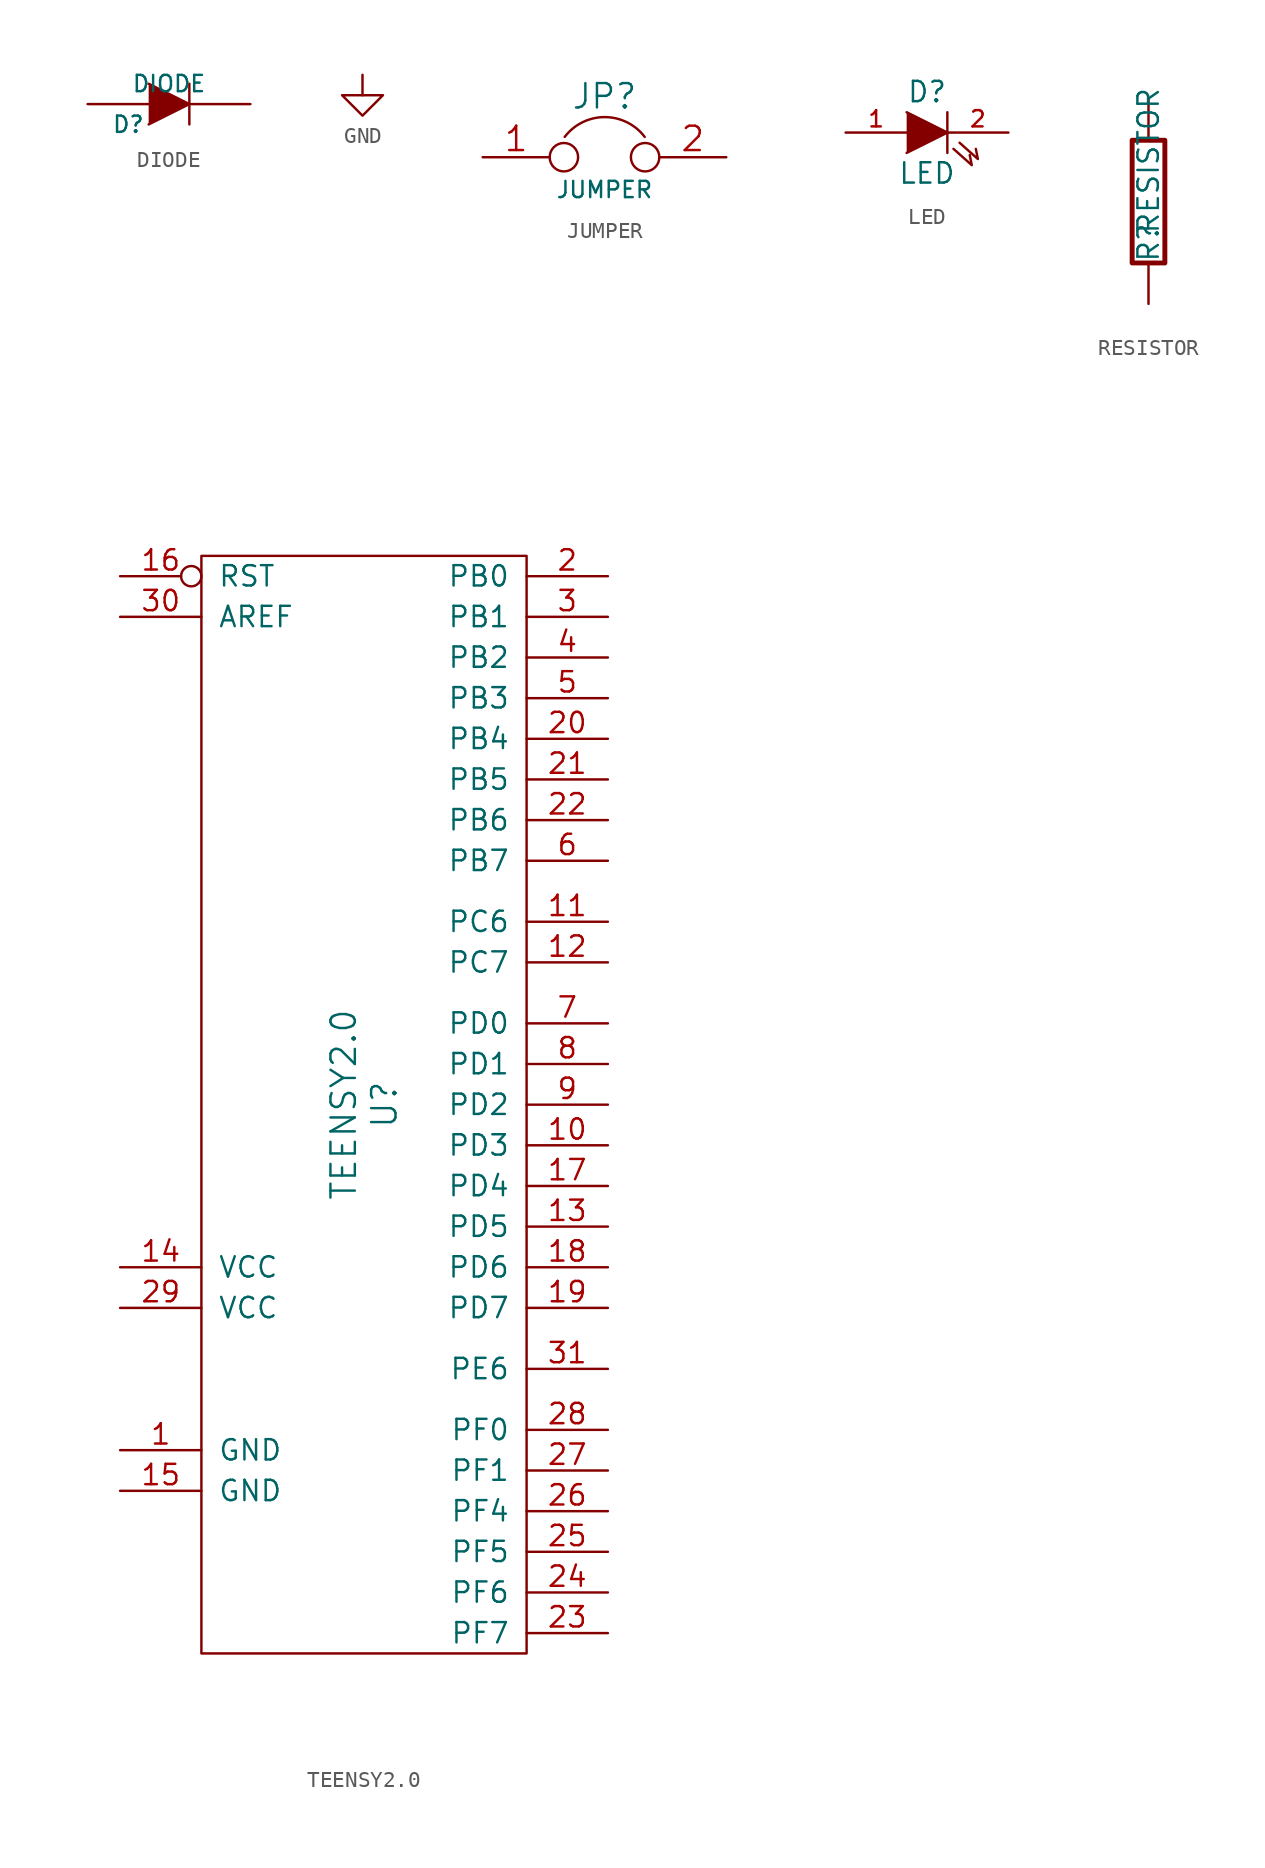
<source format=kicad_sym>
(kicad_symbol_lib
  (version 20211014)
  (generator kicad_symbol_editor)
  (symbol "DIODE"
    (pin_numbers hide)
    (pin_names
      (offset 1.016) hide)
    (property "Reference" "D"
      (at -2.54 -1.27 0)
      (effects (font (size 1.016 1.016))))
    (property "Value" "DIODE"
      (at 0 1.27 0)
      (effects (font (size 1.016 1.016))))
    (symbol "DIODE_0_1"
      (polyline (pts (xy 1.27 1.27) (xy 1.27 -1.27)) (stroke (width 0.152) (type default) (color 0 0 0 0)) (fill (type none)))
      (polyline (pts (xy -1.27 1.27) (xy 1.27 0) (xy -1.27 -1.27)) (stroke (width 0) (type default) (color 0 0 0 0)) (fill (type outline))))
    (symbol "DIODE_1_1"
      (pin passive line (at -5.08 0 0) (length 3.81) (name "A" (effects (font (size 1.016 1.016)))) (number "1" (effects (font (size 1.016 1.016)))))
      (pin passive line (at 5.08 0 180) (length 3.81) (name "K" (effects (font (size 1.016 1.016)))) (number "2" (effects (font (size 1.016 1.016)))))))
  (symbol "GND"
    (power)
    (pin_names
      (offset 0))
    (property "Reference" "#PWR"
      (at 0 0 0)
      (effects (font (size 0.762 0.762)) hide))
    (symbol "GND_0_1"
      (polyline (pts (xy 0 0) (xy 0 1.27) (xy 0 1.27)) (stroke (width 0) (type default) (color 0 0 0 0)) (fill (type none)))
      (polyline (pts (xy -1.27 0) (xy 0 -1.27) (xy 1.27 0) (xy -1.27 0)) (stroke (width 0) (type default) (color 0 0 0 0)) (fill (type none))))
    (symbol "GND_1_1"
      (pin power_in line (at 0 1.27 270) (length 0) hide (name "GND" (effects (font (size 0.762 0.762)))) (number "1" (effects (font (size 0.762 0.762)))))))
  (symbol "JUMPER"
    (pin_names
      (offset 0.762) hide)
    (property "Reference" "JP"
      (at 0 3.81 0)
      (effects (font (size 1.524 1.524))))
    (property "Value" "JUMPER"
      (at 0 -2.032 0)
      (effects (font (size 1.016 1.016))))
    (symbol "JUMPER_0_1"
      (circle (center -2.54 0) (radius 0.889) (stroke (width 0) (type default) (color 0 0 0 0)) (fill (type none)))
      (arc (start 2.5146 1.27) (mid 0.0078 2.5097) (end -2.4892 1.27) (stroke (width 0) (type default) (color 0 0 0 0)) (fill (type none)))
      (circle (center 2.54 0) (radius 0.889) (stroke (width 0) (type default) (color 0 0 0 0)) (fill (type none)))
      (pin passive line (at -7.62 0 0) (length 4.191) (name "1" (effects (font (size 1.524 1.524)))) (number "1" (effects (font (size 1.524 1.524)))))
      (pin passive line (at 7.62 0 180) (length 4.191) (name "2" (effects (font (size 1.524 1.524)))) (number "2" (effects (font (size 1.524 1.524)))))))
  (symbol "LED"
    (pin_names
      (offset 1.016) hide)
    (property "Reference" "D"
      (at 0 2.54 0)
      (effects (font (size 1.27 1.27))))
    (property "Value" "LED"
      (at 0 -2.54 0)
      (effects (font (size 1.27 1.27))))
    (symbol "LED_0_1"
      (polyline (pts (xy 1.27 1.27) (xy 1.27 -1.27)) (stroke (width 0) (type default) (color 0 0 0 0)) (fill (type none)))
      (polyline (pts (xy -1.27 1.27) (xy 1.27 0) (xy -1.27 -1.27)) (stroke (width 0) (type default) (color 0 0 0 0)) (fill (type outline)))
      (polyline (pts (xy 1.651 -1.016) (xy 2.794 -2.032) (xy 2.667 -1.397)) (stroke (width 0) (type default) (color 0 0 0 0)) (fill (type none)))
      (polyline (pts (xy 2.032 -0.635) (xy 3.175 -1.651) (xy 3.048 -1.016)) (stroke (width 0) (type default) (color 0 0 0 0)) (fill (type none))))
    (symbol "LED_1_1"
      (pin passive line (at -5.08 0 0) (length 3.81) (name "A" (effects (font (size 1.016 1.016)))) (number "1" (effects (font (size 1.016 1.016)))))
      (pin passive line (at 5.08 0 180) (length 3.81) (name "K" (effects (font (size 1.016 1.016)))) (number "2" (effects (font (size 1.016 1.016)))))))
  (symbol "RESISTOR"
    (pin_numbers hide)
    (pin_names
      (offset 0))
    (property "Reference" "R"
      (at 0 -2.54 90)
      (effects (font (size 1.27 1.27))))
    (property "Value" "RESISTOR"
      (at 0 2.54 90)
      (effects (font (size 1.27 1.27))))
    (symbol "RESISTOR_0_1"
      (rectangle (start -1.016 3.81) (end 1.016 -3.81) (stroke (width 0.305) (type default) (color 0 0 0 0)) (fill (type none))))
    (symbol "RESISTOR_1_1"
      (pin passive line (at 0 6.35 270) (length 2.54) (name "~" (effects (font (size 1.524 1.524)))) (number "1" (effects (font (size 1.524 1.524)))))
      (pin passive line (at 0 -6.35 90) (length 2.54) (name "~" (effects (font (size 1.524 1.524)))) (number "2" (effects (font (size 1.524 1.524)))))))
  (symbol "TEENSY2.0"
    (pin_names
      (offset 1.016))
    (property "Reference" "U"
      (at 1.27 0 90)
      (effects (font (size 1.524 1.524))))
    (property "Value" "TEENSY2.0"
      (at -1.27 0 90)
      (effects (font (size 1.524 1.524))))
    (symbol "TEENSY2.0_0_1"
      (rectangle (start -10.16 34.29) (end 10.16 -34.29) (stroke (width 0) (type default) (color 0 0 0 0)) (fill (type none))))
    (symbol "TEENSY2.0_1_1"
      (pin power_out line (at -15.24 -21.59 0) (length 5.08) (name "GND" (effects (font (size 1.27 1.27)))) (number "1" (effects (font (size 1.27 1.27)))))
      (pin bidirectional line (at 15.24 -2.54 180) (length 5.08) (name "PD3" (effects (font (size 1.27 1.27)))) (number "10" (effects (font (size 1.27 1.27)))))
      (pin bidirectional line (at 15.24 11.43 180) (length 5.08) (name "PC6" (effects (font (size 1.27 1.27)))) (number "11" (effects (font (size 1.27 1.27)))))
      (pin bidirectional line (at 15.24 8.89 180) (length 5.08) (name "PC7" (effects (font (size 1.27 1.27)))) (number "12" (effects (font (size 1.27 1.27)))))
      (pin bidirectional line (at 15.24 -7.62 180) (length 5.08) (name "PD5" (effects (font (size 1.27 1.27)))) (number "13" (effects (font (size 1.27 1.27)))))
      (pin power_out line (at -15.24 -10.16 0) (length 5.08) (name "VCC" (effects (font (size 1.27 1.27)))) (number "14" (effects (font (size 1.27 1.27)))))
      (pin power_out line (at -15.24 -24.13 0) (length 5.08) (name "GND" (effects (font (size 1.27 1.27)))) (number "15" (effects (font (size 1.27 1.27)))))
      (pin input inverted (at -15.24 33.02 0) (length 5.08) (name "RST" (effects (font (size 1.27 1.27)))) (number "16" (effects (font (size 1.27 1.27)))))
      (pin bidirectional line (at 15.24 -5.08 180) (length 5.08) (name "PD4" (effects (font (size 1.27 1.27)))) (number "17" (effects (font (size 1.27 1.27)))))
      (pin bidirectional line (at 15.24 -10.16 180) (length 5.08) (name "PD6" (effects (font (size 1.27 1.27)))) (number "18" (effects (font (size 1.27 1.27)))))
      (pin bidirectional line (at 15.24 -12.7 180) (length 5.08) (name "PD7" (effects (font (size 1.27 1.27)))) (number "19" (effects (font (size 1.27 1.27)))))
      (pin bidirectional line (at 15.24 33.02 180) (length 5.08) (name "PB0" (effects (font (size 1.27 1.27)))) (number "2" (effects (font (size 1.27 1.27)))))
      (pin bidirectional line (at 15.24 22.86 180) (length 5.08) (name "PB4" (effects (font (size 1.27 1.27)))) (number "20" (effects (font (size 1.27 1.27)))))
      (pin bidirectional line (at 15.24 20.32 180) (length 5.08) (name "PB5" (effects (font (size 1.27 1.27)))) (number "21" (effects (font (size 1.27 1.27)))))
      (pin bidirectional line (at 15.24 17.78 180) (length 5.08) (name "PB6" (effects (font (size 1.27 1.27)))) (number "22" (effects (font (size 1.27 1.27)))))
      (pin bidirectional line (at 15.24 -33.02 180) (length 5.08) (name "PF7" (effects (font (size 1.27 1.27)))) (number "23" (effects (font (size 1.27 1.27)))))
      (pin bidirectional line (at 15.24 -30.48 180) (length 5.08) (name "PF6" (effects (font (size 1.27 1.27)))) (number "24" (effects (font (size 1.27 1.27)))))
      (pin bidirectional line (at 15.24 -27.94 180) (length 5.08) (name "PF5" (effects (font (size 1.27 1.27)))) (number "25" (effects (font (size 1.27 1.27)))))
      (pin bidirectional line (at 15.24 -25.4 180) (length 5.08) (name "PF4" (effects (font (size 1.27 1.27)))) (number "26" (effects (font (size 1.27 1.27)))))
      (pin bidirectional line (at 15.24 -22.86 180) (length 5.08) (name "PF1" (effects (font (size 1.27 1.27)))) (number "27" (effects (font (size 1.27 1.27)))))
      (pin bidirectional line (at 15.24 -20.32 180) (length 5.08) (name "PF0" (effects (font (size 1.27 1.27)))) (number "28" (effects (font (size 1.27 1.27)))))
      (pin power_out line (at -15.24 -12.7 0) (length 5.08) (name "VCC" (effects (font (size 1.27 1.27)))) (number "29" (effects (font (size 1.27 1.27)))))
      (pin bidirectional line (at 15.24 30.48 180) (length 5.08) (name "PB1" (effects (font (size 1.27 1.27)))) (number "3" (effects (font (size 1.27 1.27)))))
      (pin input line (at -15.24 30.48 0) (length 5.08) (name "AREF" (effects (font (size 1.27 1.27)))) (number "30" (effects (font (size 1.27 1.27)))))
      (pin bidirectional line (at 15.24 -16.51 180) (length 5.08) (name "PE6" (effects (font (size 1.27 1.27)))) (number "31" (effects (font (size 1.27 1.27)))))
      (pin bidirectional line (at 15.24 27.94 180) (length 5.08) (name "PB2" (effects (font (size 1.27 1.27)))) (number "4" (effects (font (size 1.27 1.27)))))
      (pin bidirectional line (at 15.24 25.4 180) (length 5.08) (name "PB3" (effects (font (size 1.27 1.27)))) (number "5" (effects (font (size 1.27 1.27)))))
      (pin bidirectional line (at 15.24 15.24 180) (length 5.08) (name "PB7" (effects (font (size 1.27 1.27)))) (number "6" (effects (font (size 1.27 1.27)))))
      (pin bidirectional line (at 15.24 5.08 180) (length 5.08) (name "PD0" (effects (font (size 1.27 1.27)))) (number "7" (effects (font (size 1.27 1.27)))))
      (pin bidirectional line (at 15.24 2.54 180) (length 5.08) (name "PD1" (effects (font (size 1.27 1.27)))) (number "8" (effects (font (size 1.27 1.27)))))
      (pin bidirectional line (at 15.24 0 180) (length 5.08) (name "PD2" (effects (font (size 1.27 1.27)))) (number "9" (effects (font (size 1.27 1.27))))))))
</source>
